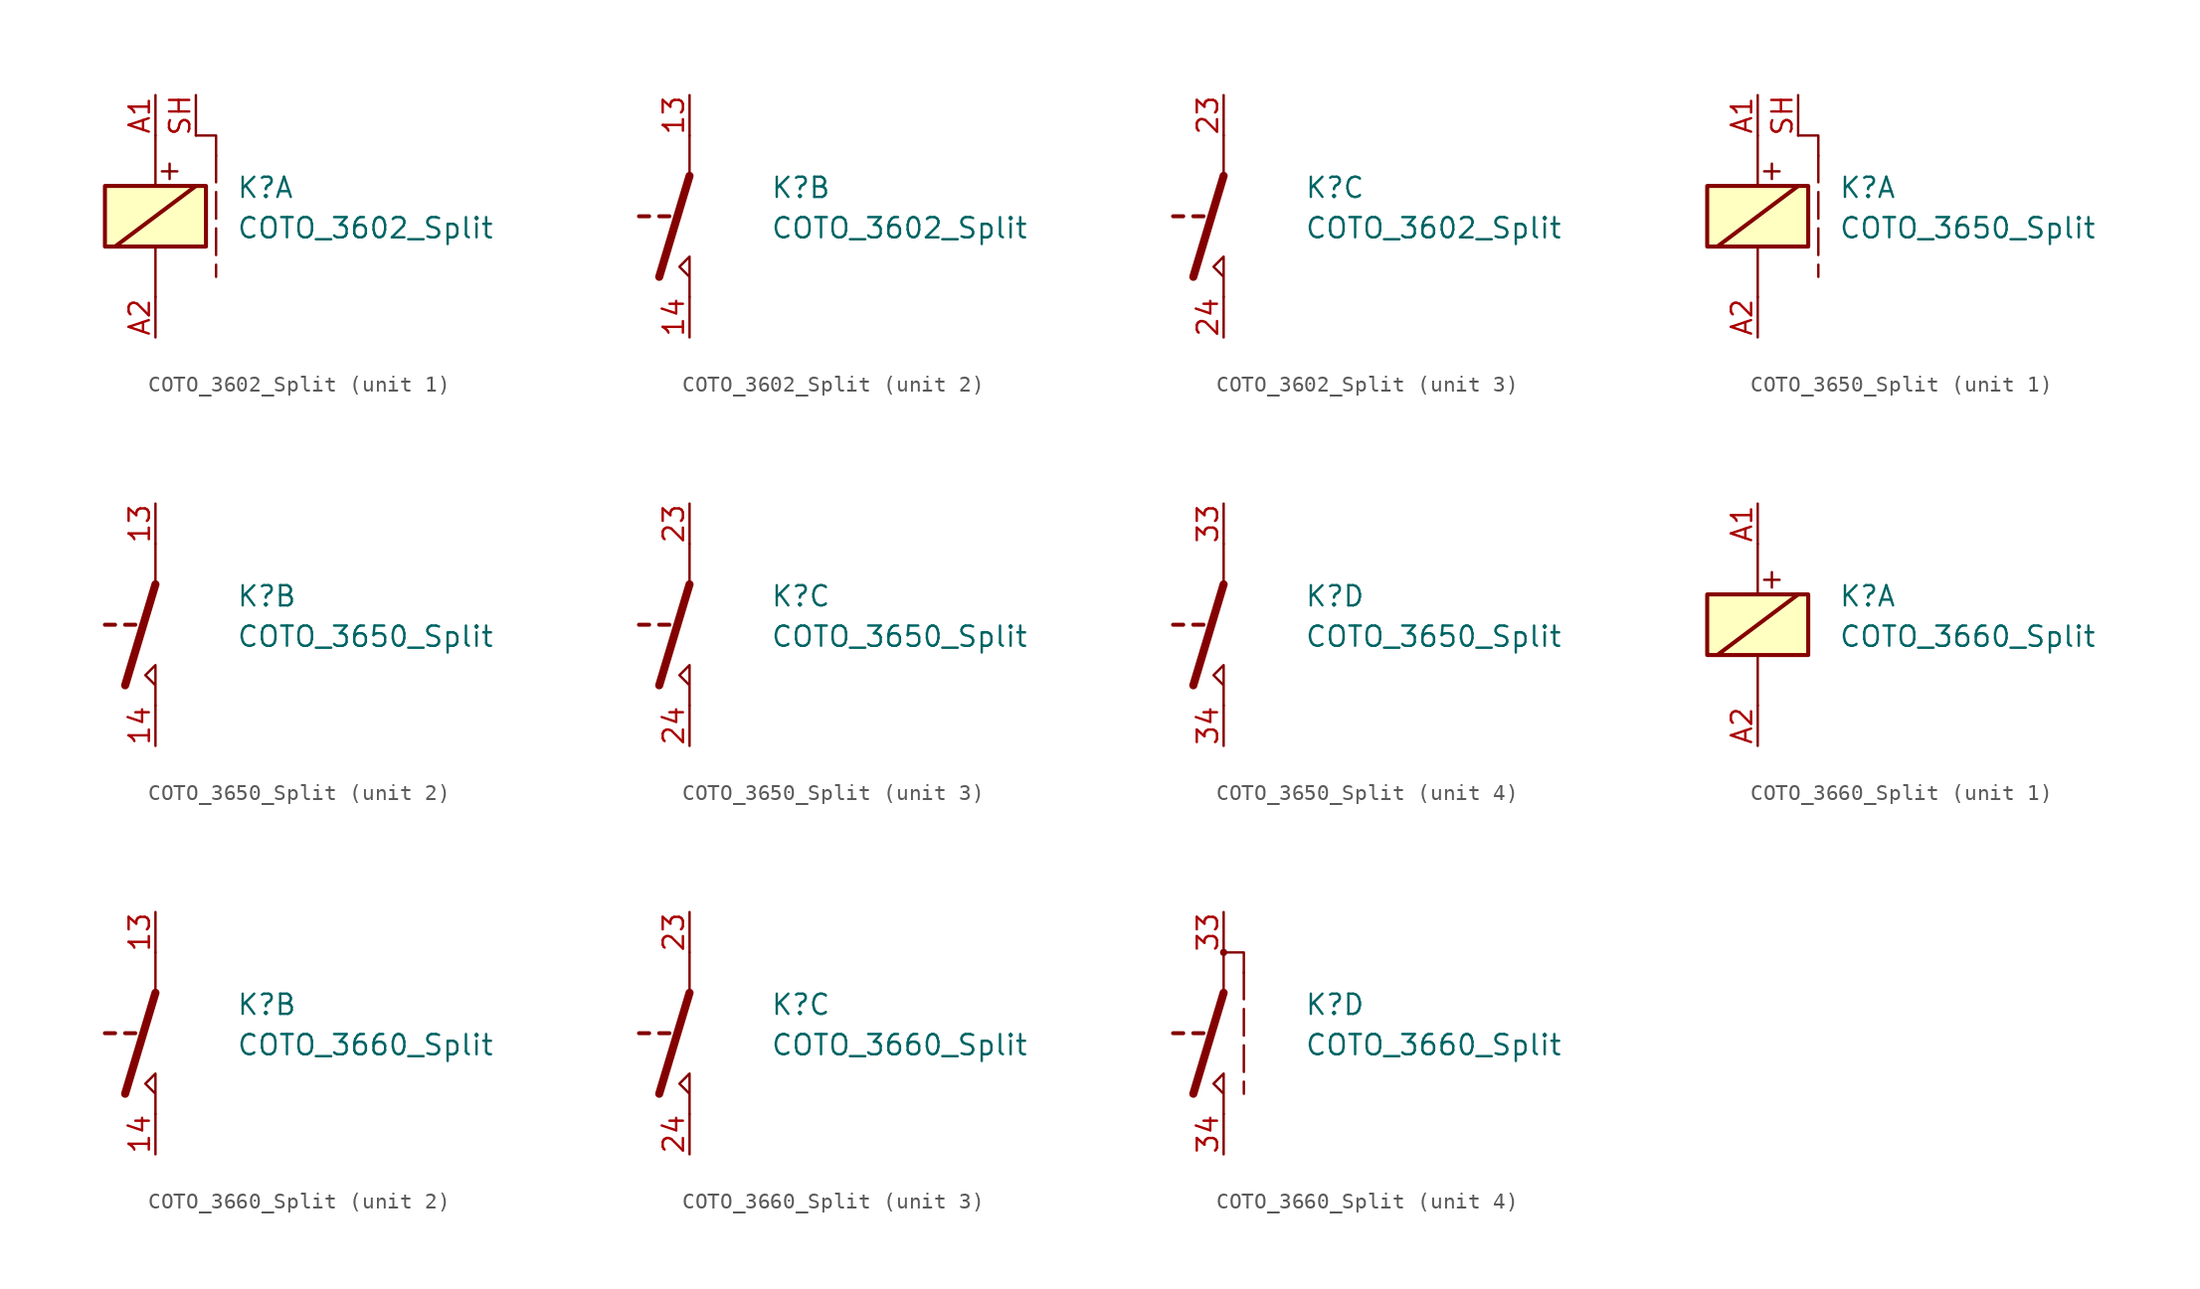
<source format=kicad_sym>
(kicad_symbol_lib
  (version 20241209)
  (generator "kicad_symbol_editor")
  (generator_version "9.0")
  (symbol "COTO_3602_Split"
    (property "Reference" "K"
      (at 5.08 2.54 0)
      (effects (font (size 1.27 1.27)) (justify left top)))
    (property "Value" "COTO_3602_Split"
      (at 5.08 0 0)
      (effects (font (size 1.27 1.27)) (justify left top)))
    (property "ki_locked" ""
      (at 0 0 0)
      (effects (font (size 1.27 1.27))))
    (symbol "COTO_3602_Split_1_0"
      (text "+" (at 0.889 2.921 0) (effects (font (size 1.27 1.27)))))
    (symbol "COTO_3602_Split_1_1"
      (rectangle (start -3.175 1.905) (end 3.175 -1.905) (stroke (width 0.254) (type default)) (fill (type background)))
      (polyline (pts (xy -2.54 -1.905) (xy 2.54 1.905)) (stroke (width 0.254) (type default)) (fill (type none)))
      (polyline (pts (xy 0 5.08) (xy 0 1.905)) (stroke (width 0) (type default)) (fill (type none)))
      (polyline (pts (xy 0 -5.08) (xy 0 -1.905)) (stroke (width 0) (type default)) (fill (type none)))
      (polyline (pts (xy 2.54 5.08) (xy 3.81 5.08) (xy 3.81 3.81)) (stroke (width 0) (type default)) (fill (type none)))
      (polyline (pts (xy 3.81 3.81) (xy 3.81 -3.81)) (stroke (width 0) (type dash)) (fill (type none)))
      (pin passive line (at 0 7.62 270) (length 2.54) (name "~" (effects (font (size 1.27 1.27)))) (number "A1" (effects (font (size 1.27 1.27)))))
      (pin passive line (at 0 -7.62 90) (length 2.54) (name "~" (effects (font (size 1.27 1.27)))) (number "A2" (effects (font (size 1.27 1.27)))))
      (pin passive line (at 2.54 7.62 270) (length 2.54) (name "~" (effects (font (size 1.27 1.27)))) (number "SH" (effects (font (size 1.27 1.27))))))
    (symbol "COTO_3602_Split_2_1"
      (polyline (pts (xy -3.175 0) (xy -2.54 0)) (stroke (width 0.254) (type default)) (fill (type none)))
      (polyline (pts (xy -1.905 0) (xy -1.27 0)) (stroke (width 0.254) (type default)) (fill (type none)))
      (polyline (pts (xy 0 2.54) (xy -1.905 -3.81)) (stroke (width 0.508) (type default)) (fill (type none)))
      (polyline (pts (xy 0 2.54) (xy 0 5.08)) (stroke (width 0) (type default)) (fill (type none)))
      (polyline (pts (xy 0 -5.08) (xy 0 -2.54) (xy -0.635 -3.175) (xy 0 -3.81)) (stroke (width 0) (type default)) (fill (type none)))
      (pin passive line (at 0 7.62 270) (length 2.54) (name "~" (effects (font (size 1.27 1.27)))) (number "13" (effects (font (size 1.27 1.27)))))
      (pin passive line (at 0 -7.62 90) (length 2.54) (name "~" (effects (font (size 1.27 1.27)))) (number "14" (effects (font (size 1.27 1.27))))))
    (symbol "COTO_3602_Split_3_1"
      (polyline (pts (xy -3.175 0) (xy -2.54 0)) (stroke (width 0.254) (type default)) (fill (type none)))
      (polyline (pts (xy -1.905 0) (xy -1.27 0)) (stroke (width 0.254) (type default)) (fill (type none)))
      (polyline (pts (xy 0 2.54) (xy -1.905 -3.81)) (stroke (width 0.508) (type default)) (fill (type none)))
      (polyline (pts (xy 0 2.54) (xy 0 5.08)) (stroke (width 0) (type default)) (fill (type none)))
      (polyline (pts (xy 0 -5.08) (xy 0 -2.54) (xy -0.635 -3.175) (xy 0 -3.81)) (stroke (width 0) (type default)) (fill (type none)))
      (pin passive line (at 0 7.62 270) (length 2.54) (name "~" (effects (font (size 1.27 1.27)))) (number "23" (effects (font (size 1.27 1.27)))))
      (pin passive line (at 0 -7.62 90) (length 2.54) (name "~" (effects (font (size 1.27 1.27)))) (number "24" (effects (font (size 1.27 1.27)))))))
  (symbol "COTO_3650_Split"
    (property "Reference" "K"
      (at 5.08 2.54 0)
      (effects (font (size 1.27 1.27)) (justify left top)))
    (property "Value" "COTO_3650_Split"
      (at 5.08 0 0)
      (effects (font (size 1.27 1.27)) (justify left top)))
    (property "ki_locked" ""
      (at 0 0 0)
      (effects (font (size 1.27 1.27))))
    (symbol "COTO_3650_Split_1_0"
      (text "+" (at 0.889 2.921 0) (effects (font (size 1.27 1.27)))))
    (symbol "COTO_3650_Split_1_1"
      (rectangle (start -3.175 1.905) (end 3.175 -1.905) (stroke (width 0.254) (type default)) (fill (type background)))
      (polyline (pts (xy -2.54 -1.905) (xy 2.54 1.905)) (stroke (width 0.254) (type default)) (fill (type none)))
      (polyline (pts (xy 0 5.08) (xy 0 1.905)) (stroke (width 0) (type default)) (fill (type none)))
      (polyline (pts (xy 0 -5.08) (xy 0 -1.905)) (stroke (width 0) (type default)) (fill (type none)))
      (polyline (pts (xy 2.54 5.08) (xy 3.81 5.08) (xy 3.81 3.81)) (stroke (width 0) (type default)) (fill (type none)))
      (polyline (pts (xy 3.81 3.81) (xy 3.81 -3.81)) (stroke (width 0) (type dash)) (fill (type none)))
      (pin passive line (at 0 7.62 270) (length 2.54) (name "~" (effects (font (size 1.27 1.27)))) (number "A1" (effects (font (size 1.27 1.27)))))
      (pin passive line (at 0 -7.62 90) (length 2.54) (name "~" (effects (font (size 1.27 1.27)))) (number "A2" (effects (font (size 1.27 1.27)))))
      (pin passive line (at 2.54 7.62 270) (length 2.54) (name "~" (effects (font (size 1.27 1.27)))) (number "SH" (effects (font (size 1.27 1.27))))))
    (symbol "COTO_3650_Split_2_1"
      (polyline (pts (xy -3.175 0) (xy -2.54 0)) (stroke (width 0.254) (type default)) (fill (type none)))
      (polyline (pts (xy -1.905 0) (xy -1.27 0)) (stroke (width 0.254) (type default)) (fill (type none)))
      (polyline (pts (xy 0 2.54) (xy -1.905 -3.81)) (stroke (width 0.508) (type default)) (fill (type none)))
      (polyline (pts (xy 0 2.54) (xy 0 5.08)) (stroke (width 0) (type default)) (fill (type none)))
      (polyline (pts (xy 0 -5.08) (xy 0 -2.54) (xy -0.635 -3.175) (xy 0 -3.81)) (stroke (width 0) (type default)) (fill (type none)))
      (pin passive line (at 0 7.62 270) (length 2.54) (name "~" (effects (font (size 1.27 1.27)))) (number "13" (effects (font (size 1.27 1.27)))))
      (pin passive line (at 0 -7.62 90) (length 2.54) (name "~" (effects (font (size 1.27 1.27)))) (number "14" (effects (font (size 1.27 1.27))))))
    (symbol "COTO_3650_Split_3_1"
      (polyline (pts (xy -3.175 0) (xy -2.54 0)) (stroke (width 0.254) (type default)) (fill (type none)))
      (polyline (pts (xy -1.905 0) (xy -1.27 0)) (stroke (width 0.254) (type default)) (fill (type none)))
      (polyline (pts (xy 0 2.54) (xy -1.905 -3.81)) (stroke (width 0.508) (type default)) (fill (type none)))
      (polyline (pts (xy 0 2.54) (xy 0 5.08)) (stroke (width 0) (type default)) (fill (type none)))
      (polyline (pts (xy 0 -5.08) (xy 0 -2.54) (xy -0.635 -3.175) (xy 0 -3.81)) (stroke (width 0) (type default)) (fill (type none)))
      (pin passive line (at 0 7.62 270) (length 2.54) (name "~" (effects (font (size 1.27 1.27)))) (number "23" (effects (font (size 1.27 1.27)))))
      (pin passive line (at 0 -7.62 90) (length 2.54) (name "~" (effects (font (size 1.27 1.27)))) (number "24" (effects (font (size 1.27 1.27))))))
    (symbol "COTO_3650_Split_4_1"
      (polyline (pts (xy -3.175 0) (xy -2.54 0)) (stroke (width 0.254) (type default)) (fill (type none)))
      (polyline (pts (xy -1.905 0) (xy -1.27 0)) (stroke (width 0.254) (type default)) (fill (type none)))
      (polyline (pts (xy 0 2.54) (xy -1.905 -3.81)) (stroke (width 0.508) (type default)) (fill (type none)))
      (polyline (pts (xy 0 2.54) (xy 0 5.08)) (stroke (width 0) (type default)) (fill (type none)))
      (polyline (pts (xy 0 -5.08) (xy 0 -2.54) (xy -0.635 -3.175) (xy 0 -3.81)) (stroke (width 0) (type default)) (fill (type none)))
      (pin passive line (at 0 7.62 270) (length 2.54) (name "~" (effects (font (size 1.27 1.27)))) (number "33" (effects (font (size 1.27 1.27)))))
      (pin passive line (at 0 -7.62 90) (length 2.54) (name "~" (effects (font (size 1.27 1.27)))) (number "34" (effects (font (size 1.27 1.27)))))))
  (symbol "COTO_3660_Split"
    (property "Reference" "K"
      (at 5.08 2.54 0)
      (effects (font (size 1.27 1.27)) (justify left top)))
    (property "Value" "COTO_3660_Split"
      (at 5.08 0 0)
      (effects (font (size 1.27 1.27)) (justify left top)))
    (symbol "COTO_3660_Split_1_0"
      (text "+" (at 0.889 2.921 0) (effects (font (size 1.27 1.27)))))
    (symbol "COTO_3660_Split_1_1"
      (rectangle (start -3.175 1.905) (end 3.175 -1.905) (stroke (width 0.254) (type default)) (fill (type background)))
      (polyline (pts (xy -2.54 -1.905) (xy 2.54 1.905)) (stroke (width 0.254) (type default)) (fill (type none)))
      (polyline (pts (xy 0 5.08) (xy 0 1.905)) (stroke (width 0) (type default)) (fill (type none)))
      (polyline (pts (xy 0 -5.08) (xy 0 -1.905)) (stroke (width 0) (type default)) (fill (type none)))
      (pin passive line (at 0 7.62 270) (length 2.54) (name "~" (effects (font (size 1.27 1.27)))) (number "A1" (effects (font (size 1.27 1.27)))))
      (pin passive line (at 0 -7.62 90) (length 2.54) (name "~" (effects (font (size 1.27 1.27)))) (number "A2" (effects (font (size 1.27 1.27))))))
    (symbol "COTO_3660_Split_2_1"
      (polyline (pts (xy -3.175 0) (xy -2.54 0)) (stroke (width 0.254) (type default)) (fill (type none)))
      (polyline (pts (xy -1.905 0) (xy -1.27 0)) (stroke (width 0.254) (type default)) (fill (type none)))
      (polyline (pts (xy 0 2.54) (xy -1.905 -3.81)) (stroke (width 0.508) (type default)) (fill (type none)))
      (polyline (pts (xy 0 2.54) (xy 0 5.08)) (stroke (width 0) (type default)) (fill (type none)))
      (polyline (pts (xy 0 -5.08) (xy 0 -2.54) (xy -0.635 -3.175) (xy 0 -3.81)) (stroke (width 0) (type default)) (fill (type none)))
      (pin passive line (at 0 7.62 270) (length 2.54) (name "~" (effects (font (size 1.27 1.27)))) (number "13" (effects (font (size 1.27 1.27)))))
      (pin passive line (at 0 -7.62 90) (length 2.54) (name "~" (effects (font (size 1.27 1.27)))) (number "14" (effects (font (size 1.27 1.27))))))
    (symbol "COTO_3660_Split_3_1"
      (polyline (pts (xy -3.175 0) (xy -2.54 0)) (stroke (width 0.254) (type default)) (fill (type none)))
      (polyline (pts (xy -1.905 0) (xy -1.27 0)) (stroke (width 0.254) (type default)) (fill (type none)))
      (polyline (pts (xy 0 2.54) (xy -1.905 -3.81)) (stroke (width 0.508) (type default)) (fill (type none)))
      (polyline (pts (xy 0 2.54) (xy 0 5.08)) (stroke (width 0) (type default)) (fill (type none)))
      (polyline (pts (xy 0 -5.08) (xy 0 -2.54) (xy -0.635 -3.175) (xy 0 -3.81)) (stroke (width 0) (type default)) (fill (type none)))
      (pin passive line (at 0 7.62 270) (length 2.54) (name "~" (effects (font (size 1.27 1.27)))) (number "23" (effects (font (size 1.27 1.27)))))
      (pin passive line (at 0 -7.62 90) (length 2.54) (name "~" (effects (font (size 1.27 1.27)))) (number "24" (effects (font (size 1.27 1.27))))))
    (symbol "COTO_3660_Split_4_1"
      (polyline (pts (xy -3.175 0) (xy -2.54 0)) (stroke (width 0.254) (type default)) (fill (type none)))
      (polyline (pts (xy -1.905 0) (xy -1.27 0)) (stroke (width 0.254) (type default)) (fill (type none)))
      (circle (center 0 5.08) (radius 0.152) (stroke (width 0) (type default)) (fill (type none)))
      (polyline (pts (xy 0 5.08) (xy 1.27 5.08) (xy 1.27 3.81)) (stroke (width 0) (type default)) (fill (type none)))
      (polyline (pts (xy 0 2.54) (xy -1.905 -3.81)) (stroke (width 0.508) (type default)) (fill (type none)))
      (polyline (pts (xy 0 2.54) (xy 0 5.08)) (stroke (width 0) (type default)) (fill (type none)))
      (polyline (pts (xy 0 -5.08) (xy 0 -2.54) (xy -0.635 -3.175) (xy 0 -3.81)) (stroke (width 0) (type default)) (fill (type none)))
      (polyline (pts (xy 1.27 3.81) (xy 1.27 -3.81)) (stroke (width 0) (type dash)) (fill (type none)))
      (pin passive line (at 0 7.62 270) (length 2.54) (name "~" (effects (font (size 1.27 1.27)))) (number "33" (effects (font (size 1.27 1.27)))))
      (pin passive line (at 0 -7.62 90) (length 2.54) (name "~" (effects (font (size 1.27 1.27)))) (number "34" (effects (font (size 1.27 1.27))))))))
</source>
